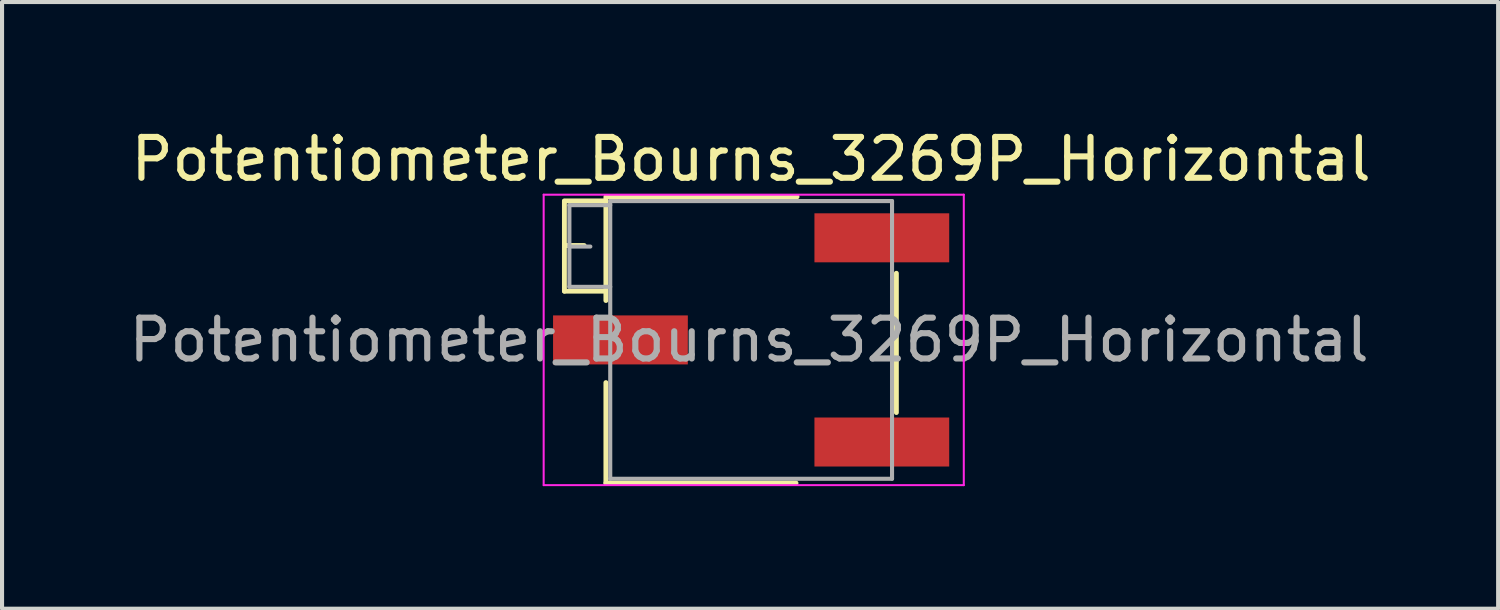
<source format=kicad_pcb>
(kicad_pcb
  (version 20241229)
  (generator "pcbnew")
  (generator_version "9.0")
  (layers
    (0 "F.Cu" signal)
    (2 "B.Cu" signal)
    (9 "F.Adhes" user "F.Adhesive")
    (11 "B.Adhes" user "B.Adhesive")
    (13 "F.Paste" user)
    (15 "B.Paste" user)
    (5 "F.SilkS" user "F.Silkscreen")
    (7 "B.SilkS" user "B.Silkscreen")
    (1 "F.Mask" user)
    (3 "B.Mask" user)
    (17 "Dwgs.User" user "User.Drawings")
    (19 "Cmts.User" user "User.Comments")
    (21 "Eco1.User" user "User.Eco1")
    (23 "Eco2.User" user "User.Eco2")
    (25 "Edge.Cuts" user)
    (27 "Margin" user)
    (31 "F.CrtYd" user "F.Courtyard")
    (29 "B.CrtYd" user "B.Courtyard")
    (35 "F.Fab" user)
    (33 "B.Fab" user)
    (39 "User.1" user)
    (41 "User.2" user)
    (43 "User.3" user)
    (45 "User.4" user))
  (footprint "Potentiometer_Bourns_3269P_Horizontal"
    (layer "F.Cu")
    (at 15.342 5.273)
    (property "Reference" "Potentiometer_Bourns_3269P_Horizontal" (at 0 -4.425 0) (layer "F.SilkS") (effects (font (size 1 1) (thickness 0.15))))
    (attr smd)
    (fp_line (start -4.572 -3.404) (end -3.561 -3.404) (stroke (width 0.12) (type solid)) (layer "F.SilkS"))
    (fp_line (start -4.572 -3.392) (end -4.572 -1.194) (stroke (width 0.12) (type solid)) (layer "F.SilkS"))
    (fp_line (start -4.572 -1.194) (end -3.581 -1.194) (stroke (width 0.12) (type solid)) (layer "F.SilkS"))
    (fp_line (start -4.547 -2.311) (end -4.089 -2.311) (stroke (width 0.12) (type solid)) (layer "F.SilkS"))
    (fp_line (start -3.556 -3.505) (end -3.556 -0.965) (stroke (width 0.12) (type solid)) (layer "F.SilkS"))
    (fp_line (start -3.556 1.045) (end -3.556 3.505) (stroke (width 0.12) (type solid)) (layer "F.SilkS"))
    (fp_line (start -3.556 3.505) (end 1.099 3.505) (stroke (width 0.12) (type solid)) (layer "F.SilkS"))
    (fp_line (start -3.531 -3.505) (end 1.124 -3.505) (stroke (width 0.12) (type solid)) (layer "F.SilkS"))
    (fp_line (start 3.556 -1.632) (end 3.556 1.778) (stroke (width 0.12) (type solid)) (layer "F.SilkS"))
    (fp_line (start -5.08 -3.556) (end 5.207 -3.556) (stroke (width 0.05) (type solid)) (layer "F.CrtYd"))
    (fp_line (start -5.08 3.556) (end -5.08 -3.556) (stroke (width 0.05) (type solid)) (layer "F.CrtYd"))
    (fp_line (start 5.207 -3.556) (end 5.207 3.556) (stroke (width 0.05) (type solid)) (layer "F.CrtYd"))
    (fp_line (start 5.207 3.556) (end -5.08 3.556) (stroke (width 0.05) (type solid)) (layer "F.CrtYd"))
    (fp_line (start -4.45 -3.3) (end -4.45 -1.3) (stroke (width 0.1) (type solid)) (layer "F.Fab"))
    (fp_line (start -4.45 -3.3) (end -3.45 -3.3) (stroke (width 0.1) (type solid)) (layer "F.Fab"))
    (fp_line (start -4.45 -1.3) (end -3.45 -1.3) (stroke (width 0.1) (type solid)) (layer "F.Fab"))
    (fp_line (start -4.445 -2.286) (end -3.937 -2.286) (stroke (width 0.1) (type solid)) (layer "F.Fab"))
    (fp_line (start -3.45 -3.4) (end -3.45 3.4) (stroke (width 0.1) (type solid)) (layer "F.Fab"))
    (fp_line (start -3.45 3.4) (end 3.45 3.4) (stroke (width 0.1) (type solid)) (layer "F.Fab"))
    (fp_line (start 3.45 -3.4) (end -3.45 -3.4) (stroke (width 0.1) (type solid)) (layer "F.Fab"))
    (fp_line (start 3.45 3.4) (end 3.45 -3.4) (stroke (width 0.1) (type solid)) (layer "F.Fab"))
    (fp_text user "${REFERENCE}" (at -0.05 0 0) (layer "F.Fab") (effects (font (size 1 1) (thickness 0.15))))
    (pad "1" smd rect (at 3.2 -2.5) (size 3.3 1.2) (layers "F.Cu" "F.Mask" "F.Paste"))
    (pad "2" smd rect (at -3.2 0) (size 3.3 1.2) (layers "F.Cu" "F.Mask" "F.Paste"))
    (pad "3" smd rect (at 3.2 2.5) (size 3.3 1.2) (layers "F.Cu" "F.Mask" "F.Paste")))
  (gr_rect
    (start -3 -3)
    (end 33.633 11.854)
    (stroke (width 0.1) (type default))
    (fill no)
    (layer "Edge.Cuts")))
</source>
